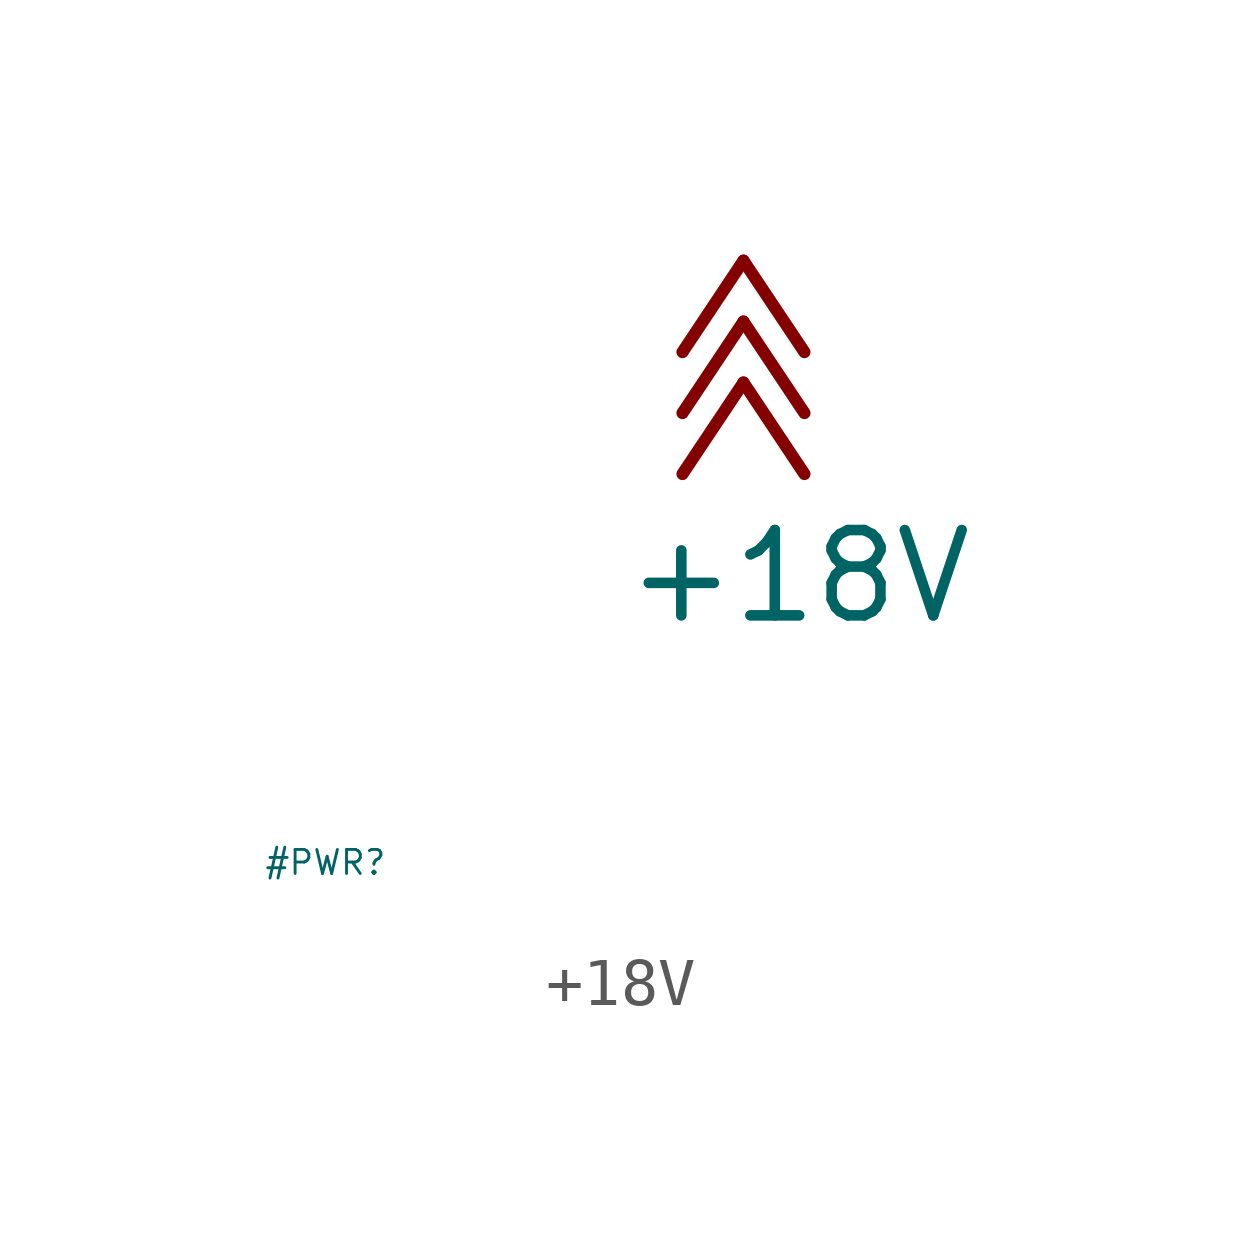
<source format=kicad_sym>
(kicad_symbol_lib
  (version 20220914)
  (generator Eagle2Kicad)
  (symbol "+18V"
    (power)
    (pin_names
      (offset 0))
    (property "Reference" "#PWR"
      (at -10 -10 0)
      (effects (font (size 0.5 0.5) (thickness 0.06)) (justify left)))
    (property "Value" "+18V"
      (at -2.54 -5.08 0)
      (effects (font (size 1.778 1.778) (thickness 0.22)) (justify left bottom)))
    (polyline
      (pts (xy 1.27 -1.905) (xy 0 0))
      (stroke (width 0.254) (type default))
      (fill (type none)))
    (polyline
      (pts (xy 0 0) (xy -1.27 -1.905))
      (stroke (width 0.254) (type default))
      (fill (type none)))
    (polyline
      (pts (xy 1.27 -0.635) (xy 0 1.27))
      (stroke (width 0.254) (type default))
      (fill (type none)))
    (polyline
      (pts (xy 0 1.27) (xy -1.27 -0.635))
      (stroke (width 0.254) (type default))
      (fill (type none)))
    (polyline
      (pts (xy 0 2.54) (xy -1.27 0.635))
      (stroke (width 0.254) (type default))
      (fill (type none)))
    (polyline
      (pts (xy 1.27 0.635) (xy 0 2.54))
      (stroke (width 0.254) (type default))
      (fill (type none)))
    (pin power_in line
      (at 0 -2.54 90)
      (length 2.54) hide
      (name "+18V" (effects (font (size 0.635 0.635) (thickness 0.08)) (justify left bottom)))
      (number "1" (effects (font (size 0.635 0.635) (thickness 0.08)) (justify left bottom))))))
</source>
